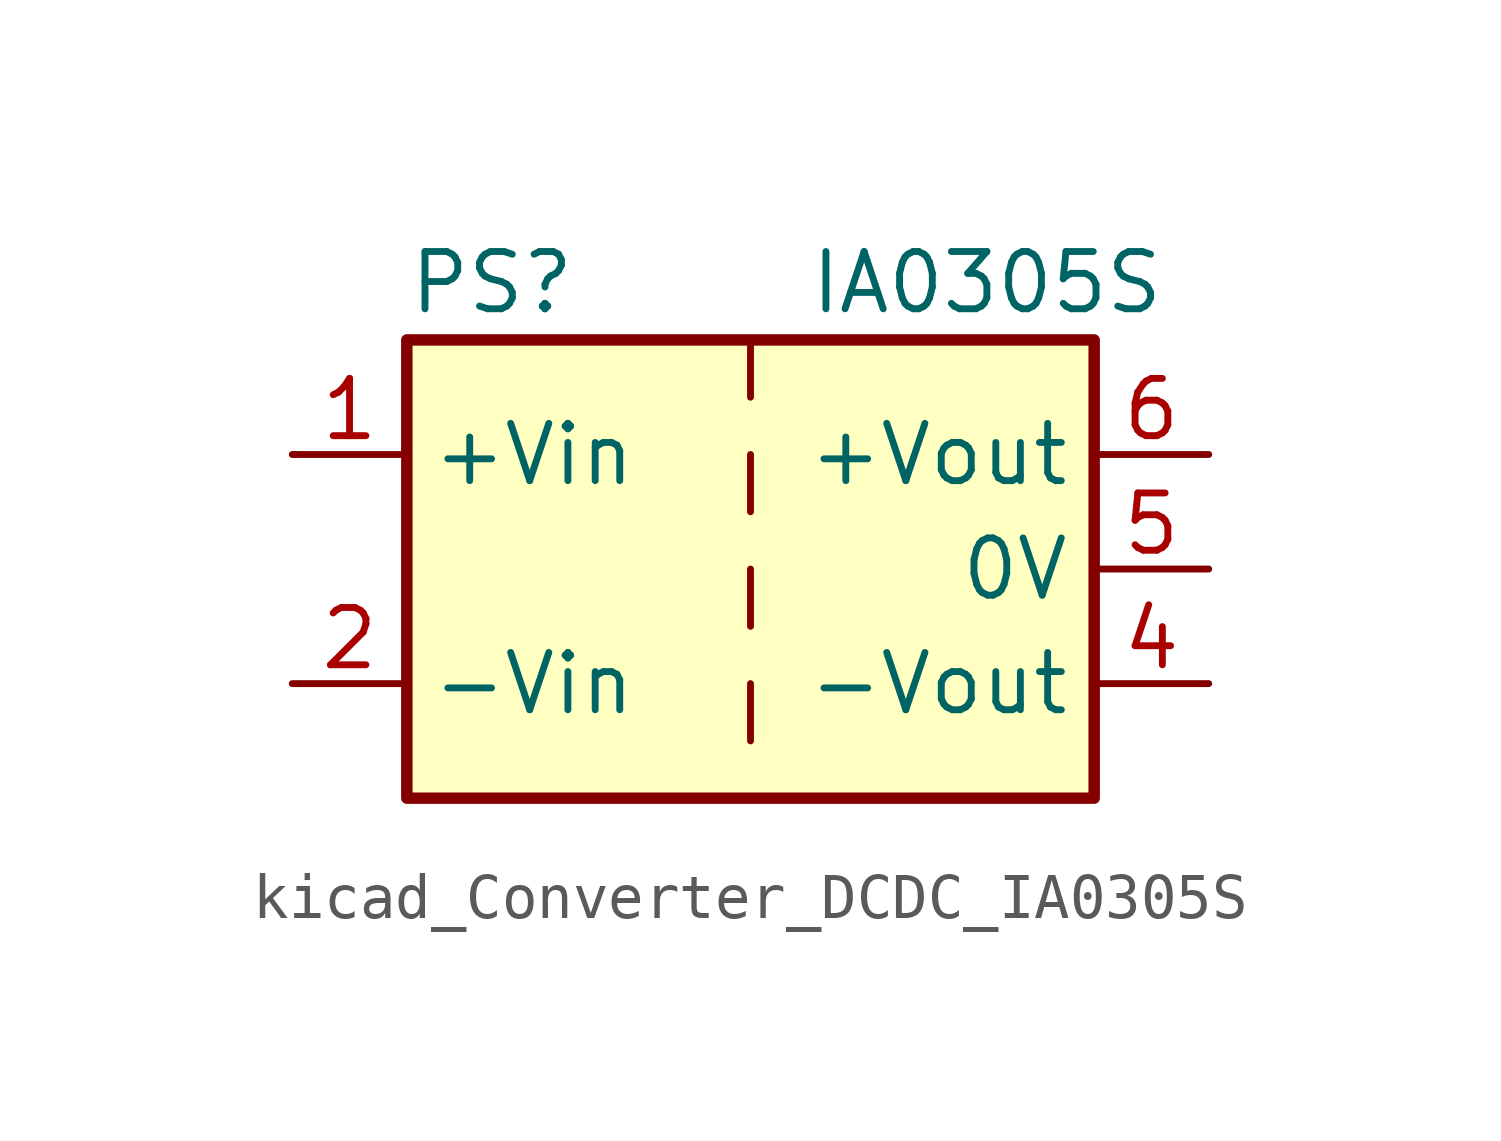
<source format=kicad_sym>
(kicad_symbol_lib
  (version 20220914)
  (generator kicad_symbol_editor)
  (symbol "kicad_Converter_DCDC_IA0305S"
    (property "Reference" "PS"
      (at -7.62 6.35 0)
      (effects (font (size 1.27 1.27)) (justify left)))
    (property "Value" "IA0305S"
      (at 1.27 6.35 0)
      (effects (font (size 1.27 1.27)) (justify left)))
    (symbol "kicad_Converter_DCDC_IA0305S_0_0"
      (pin power_in line (at -10.16 2.54 0) (length 2.54) (name "+Vin" (effects (font (size 1.27 1.27)))) (number "1" (effects (font (size 1.27 1.27)))))
      (pin power_in line (at -10.16 -2.54 0) (length 2.54) (name "-Vin" (effects (font (size 1.27 1.27)))) (number "2" (effects (font (size 1.27 1.27)))))
      (pin power_out line (at 10.16 -2.54 180) (length 2.54) (name "-Vout" (effects (font (size 1.27 1.27)))) (number "4" (effects (font (size 1.27 1.27)))))
      (pin power_out line (at 10.16 0 180) (length 2.54) (name "0V" (effects (font (size 1.27 1.27)))) (number "5" (effects (font (size 1.27 1.27)))))
      (pin power_out line (at 10.16 2.54 180) (length 2.54) (name "+Vout" (effects (font (size 1.27 1.27)))) (number "6" (effects (font (size 1.27 1.27))))))
    (symbol "kicad_Converter_DCDC_IA0305S_0_1"
      (rectangle (start -7.62 5.08) (end 7.62 -5.08) (stroke (width 0.254) (type default)) (fill (type background)))
      (polyline (pts (xy 0 -2.54) (xy 0 -3.81)) (stroke (width 0) (type default)) (fill (type none)))
      (polyline (pts (xy 0 0) (xy 0 -1.27)) (stroke (width 0) (type default)) (fill (type none)))
      (polyline (pts (xy 0 2.54) (xy 0 1.27)) (stroke (width 0) (type default)) (fill (type none)))
      (polyline (pts (xy 0 5.08) (xy 0 3.81)) (stroke (width 0) (type default)) (fill (type none))))))
</source>
